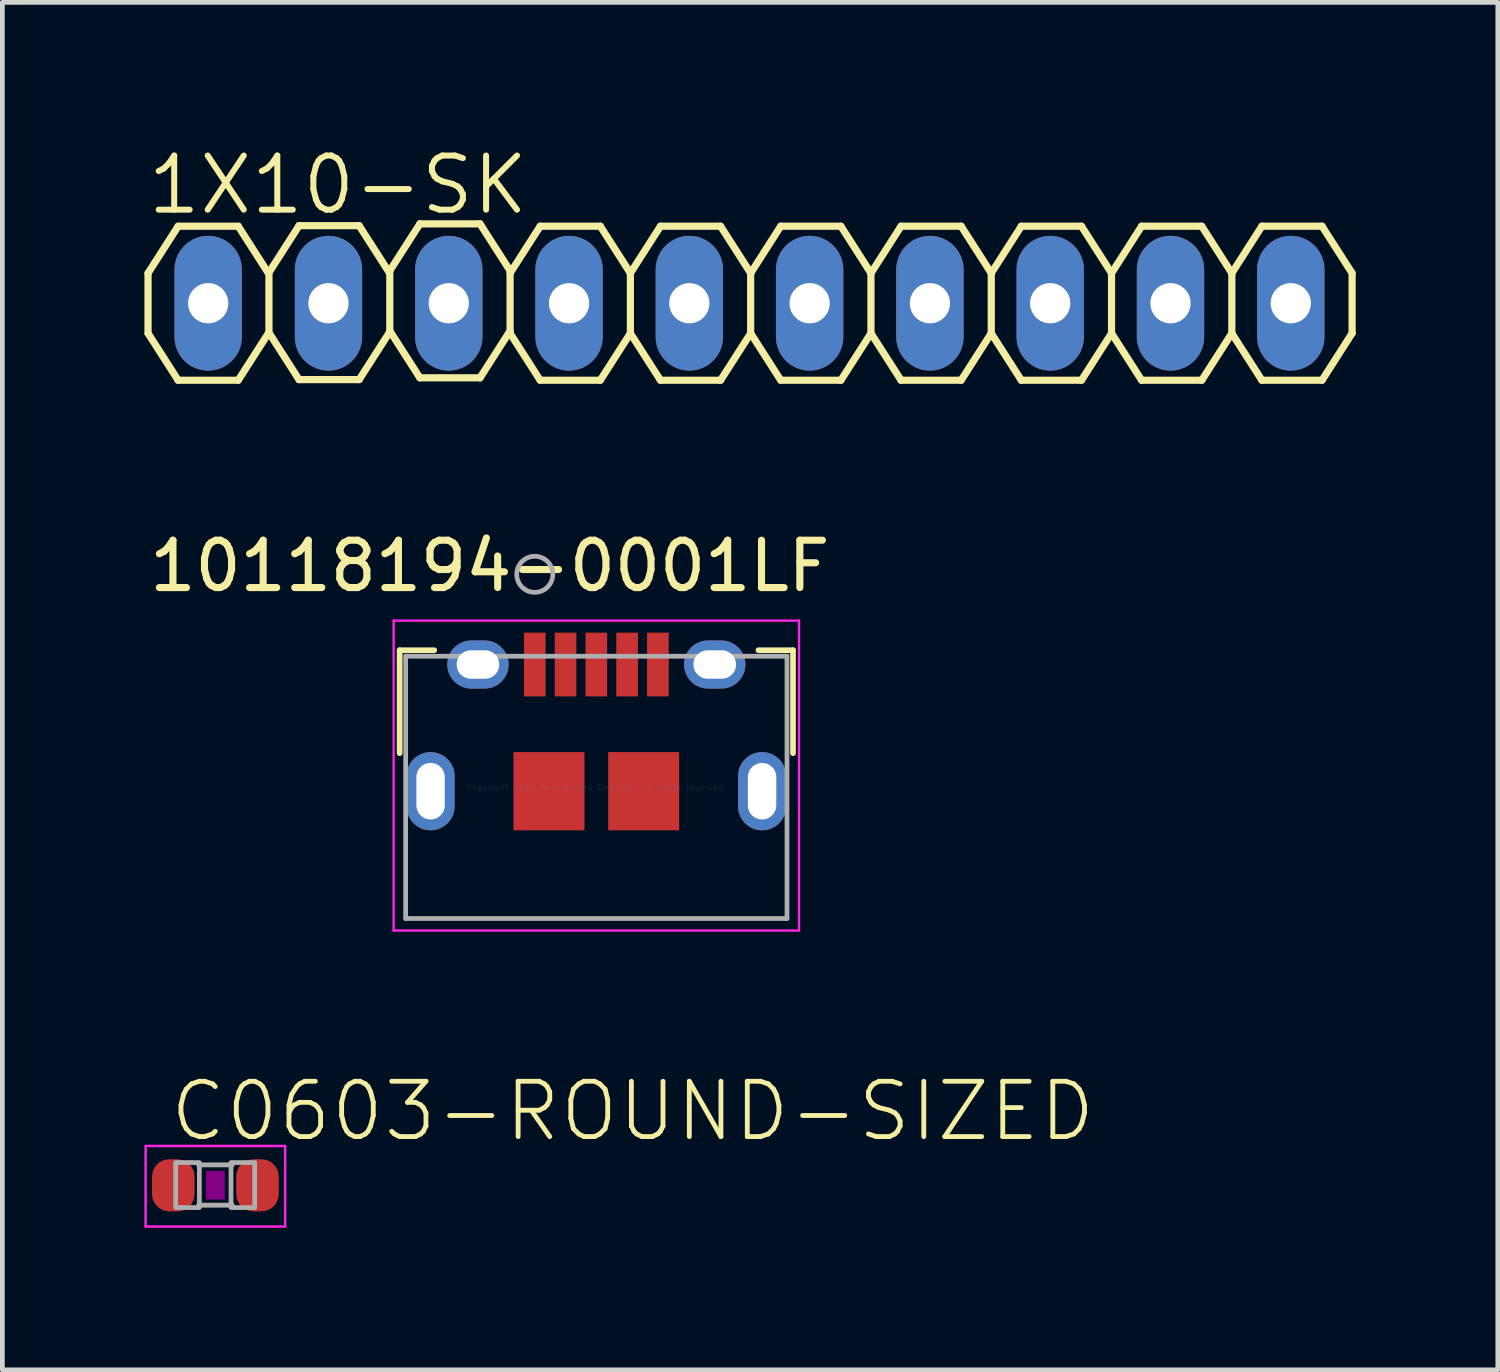
<source format=kicad_pcb>
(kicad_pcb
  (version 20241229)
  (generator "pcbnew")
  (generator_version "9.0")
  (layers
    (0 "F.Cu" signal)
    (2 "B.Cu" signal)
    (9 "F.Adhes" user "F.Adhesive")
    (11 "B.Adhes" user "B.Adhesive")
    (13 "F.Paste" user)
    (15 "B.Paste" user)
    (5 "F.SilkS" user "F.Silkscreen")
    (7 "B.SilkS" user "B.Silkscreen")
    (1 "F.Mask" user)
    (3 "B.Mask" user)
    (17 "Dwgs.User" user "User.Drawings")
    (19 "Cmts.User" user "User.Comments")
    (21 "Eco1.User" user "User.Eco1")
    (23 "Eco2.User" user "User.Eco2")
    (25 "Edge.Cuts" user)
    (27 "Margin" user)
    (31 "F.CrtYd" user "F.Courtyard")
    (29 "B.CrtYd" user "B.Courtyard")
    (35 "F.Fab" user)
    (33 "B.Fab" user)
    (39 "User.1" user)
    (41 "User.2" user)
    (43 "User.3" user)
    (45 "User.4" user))
  (footprint "1X10-SK"
    (layer "F.Cu")
    (at 12.776 3.353)
    (property "Reference" "1X10-SK" (at -12.776 -1.829 0) (layer "F.SilkS") (effects (font (size 1.143 1.143) (thickness 0.127)) (justify left bottom)))
    (fp_line (start -12.7 -0.635) (end -12.7 0.635) (stroke (width 0.152) (type solid)) (layer "F.SilkS"))
    (fp_line (start -12.7 0.635) (end -12.065 1.626) (stroke (width 0.152) (type solid)) (layer "F.SilkS"))
    (fp_line (start -12.065 -1.626) (end -12.7 -0.635) (stroke (width 0.152) (type solid)) (layer "F.SilkS"))
    (fp_line (start -12.065 -1.626) (end -10.795 -1.626) (stroke (width 0.152) (type solid)) (layer "F.SilkS"))
    (fp_line (start -10.795 -1.626) (end -10.16 -0.635) (stroke (width 0.152) (type solid)) (layer "F.SilkS"))
    (fp_line (start -10.795 1.626) (end -12.065 1.626) (stroke (width 0.152) (type solid)) (layer "F.SilkS"))
    (fp_line (start -10.16 0.635) (end -10.795 1.626) (stroke (width 0.152) (type solid)) (layer "F.SilkS"))
    (fp_line (start -10.147 -0.648) (end -10.147 0.622) (stroke (width 0.152) (type solid)) (layer "F.SilkS"))
    (fp_line (start -10.147 0.622) (end -9.512 1.613) (stroke (width 0.152) (type solid)) (layer "F.SilkS"))
    (fp_line (start -9.512 -1.638) (end -10.147 -0.648) (stroke (width 0.152) (type solid)) (layer "F.SilkS"))
    (fp_line (start -9.512 -1.638) (end -8.242 -1.638) (stroke (width 0.152) (type solid)) (layer "F.SilkS"))
    (fp_line (start -8.242 -1.638) (end -7.607 -0.648) (stroke (width 0.152) (type solid)) (layer "F.SilkS"))
    (fp_line (start -8.242 1.613) (end -9.512 1.613) (stroke (width 0.152) (type solid)) (layer "F.SilkS"))
    (fp_line (start -7.607 0.622) (end -8.242 1.613) (stroke (width 0.152) (type solid)) (layer "F.SilkS"))
    (fp_line (start -7.595 -0.686) (end -7.595 0.584) (stroke (width 0.152) (type solid)) (layer "F.SilkS"))
    (fp_line (start -7.595 0.584) (end -6.96 1.575) (stroke (width 0.152) (type solid)) (layer "F.SilkS"))
    (fp_line (start -6.96 -1.676) (end -7.595 -0.686) (stroke (width 0.152) (type solid)) (layer "F.SilkS"))
    (fp_line (start -6.96 -1.676) (end -5.69 -1.676) (stroke (width 0.152) (type solid)) (layer "F.SilkS"))
    (fp_line (start -5.69 -1.676) (end -5.055 -0.686) (stroke (width 0.152) (type solid)) (layer "F.SilkS"))
    (fp_line (start -5.69 1.575) (end -6.96 1.575) (stroke (width 0.152) (type solid)) (layer "F.SilkS"))
    (fp_line (start -5.055 -0.635) (end -5.055 0.635) (stroke (width 0.152) (type solid)) (layer "F.SilkS"))
    (fp_line (start -5.055 0.584) (end -5.69 1.575) (stroke (width 0.152) (type solid)) (layer "F.SilkS"))
    (fp_line (start -5.055 0.635) (end -4.42 1.626) (stroke (width 0.152) (type solid)) (layer "F.SilkS"))
    (fp_line (start -4.42 -1.626) (end -5.055 -0.635) (stroke (width 0.152) (type solid)) (layer "F.SilkS"))
    (fp_line (start -4.42 -1.626) (end -3.15 -1.626) (stroke (width 0.152) (type solid)) (layer "F.SilkS"))
    (fp_line (start -3.15 -1.626) (end -2.515 -0.635) (stroke (width 0.152) (type solid)) (layer "F.SilkS"))
    (fp_line (start -3.15 1.626) (end -4.42 1.626) (stroke (width 0.152) (type solid)) (layer "F.SilkS"))
    (fp_line (start -2.515 -0.635) (end -2.515 0.635) (stroke (width 0.152) (type solid)) (layer "F.SilkS"))
    (fp_line (start -2.515 0.635) (end -3.15 1.626) (stroke (width 0.152) (type solid)) (layer "F.SilkS"))
    (fp_line (start -2.515 0.635) (end -1.88 1.626) (stroke (width 0.152) (type solid)) (layer "F.SilkS"))
    (fp_line (start -1.88 -1.626) (end -2.515 -0.635) (stroke (width 0.152) (type solid)) (layer "F.SilkS"))
    (fp_line (start -1.88 -1.626) (end -0.61 -1.626) (stroke (width 0.152) (type solid)) (layer "F.SilkS"))
    (fp_line (start -0.61 -1.626) (end 0.025 -0.635) (stroke (width 0.152) (type solid)) (layer "F.SilkS"))
    (fp_line (start -0.61 1.626) (end -1.88 1.626) (stroke (width 0.152) (type solid)) (layer "F.SilkS"))
    (fp_line (start 0.025 -0.635) (end 0.025 0.635) (stroke (width 0.152) (type solid)) (layer "F.SilkS"))
    (fp_line (start 0.025 0.635) (end -0.61 1.626) (stroke (width 0.152) (type solid)) (layer "F.SilkS"))
    (fp_line (start 0.025 0.635) (end 0.66 1.626) (stroke (width 0.152) (type solid)) (layer "F.SilkS"))
    (fp_line (start 0.66 -1.626) (end 0.025 -0.635) (stroke (width 0.152) (type solid)) (layer "F.SilkS"))
    (fp_line (start 0.66 -1.626) (end 1.93 -1.626) (stroke (width 0.152) (type solid)) (layer "F.SilkS"))
    (fp_line (start 1.93 -1.626) (end 2.565 -0.635) (stroke (width 0.152) (type solid)) (layer "F.SilkS"))
    (fp_line (start 1.93 1.626) (end 0.66 1.626) (stroke (width 0.152) (type solid)) (layer "F.SilkS"))
    (fp_line (start 2.565 -0.635) (end 2.565 0.635) (stroke (width 0.152) (type solid)) (layer "F.SilkS"))
    (fp_line (start 2.565 0.635) (end 1.93 1.626) (stroke (width 0.152) (type solid)) (layer "F.SilkS"))
    (fp_line (start 2.565 0.635) (end 3.2 1.626) (stroke (width 0.152) (type solid)) (layer "F.SilkS"))
    (fp_line (start 3.2 -1.626) (end 2.565 -0.635) (stroke (width 0.152) (type solid)) (layer "F.SilkS"))
    (fp_line (start 3.2 -1.626) (end 4.47 -1.626) (stroke (width 0.152) (type solid)) (layer "F.SilkS"))
    (fp_line (start 4.47 -1.626) (end 5.105 -0.635) (stroke (width 0.152) (type solid)) (layer "F.SilkS"))
    (fp_line (start 4.47 1.626) (end 3.2 1.626) (stroke (width 0.152) (type solid)) (layer "F.SilkS"))
    (fp_line (start 5.105 -0.635) (end 5.105 0.635) (stroke (width 0.152) (type solid)) (layer "F.SilkS"))
    (fp_line (start 5.105 0.635) (end 4.47 1.626) (stroke (width 0.152) (type solid)) (layer "F.SilkS"))
    (fp_line (start 5.105 0.635) (end 5.74 1.626) (stroke (width 0.152) (type solid)) (layer "F.SilkS"))
    (fp_line (start 5.74 -1.626) (end 5.105 -0.635) (stroke (width 0.152) (type solid)) (layer "F.SilkS"))
    (fp_line (start 5.74 -1.626) (end 7.01 -1.626) (stroke (width 0.152) (type solid)) (layer "F.SilkS"))
    (fp_line (start 7.01 -1.626) (end 7.645 -0.635) (stroke (width 0.152) (type solid)) (layer "F.SilkS"))
    (fp_line (start 7.01 1.626) (end 5.74 1.626) (stroke (width 0.152) (type solid)) (layer "F.SilkS"))
    (fp_line (start 7.645 -0.635) (end 7.645 0.635) (stroke (width 0.152) (type solid)) (layer "F.SilkS"))
    (fp_line (start 7.645 0.635) (end 7.01 1.626) (stroke (width 0.152) (type solid)) (layer "F.SilkS"))
    (fp_line (start 7.645 0.635) (end 8.28 1.626) (stroke (width 0.152) (type solid)) (layer "F.SilkS"))
    (fp_line (start 8.28 -1.626) (end 7.645 -0.635) (stroke (width 0.152) (type solid)) (layer "F.SilkS"))
    (fp_line (start 8.28 -1.626) (end 9.55 -1.626) (stroke (width 0.152) (type solid)) (layer "F.SilkS"))
    (fp_line (start 9.55 -1.626) (end 10.185 -0.635) (stroke (width 0.152) (type solid)) (layer "F.SilkS"))
    (fp_line (start 9.55 1.626) (end 8.28 1.626) (stroke (width 0.152) (type solid)) (layer "F.SilkS"))
    (fp_line (start 10.185 -0.635) (end 10.185 0.635) (stroke (width 0.152) (type solid)) (layer "F.SilkS"))
    (fp_line (start 10.185 0.635) (end 9.55 1.626) (stroke (width 0.152) (type solid)) (layer "F.SilkS"))
    (fp_line (start 10.185 0.635) (end 10.82 1.626) (stroke (width 0.152) (type solid)) (layer "F.SilkS"))
    (fp_line (start 10.82 -1.626) (end 10.185 -0.635) (stroke (width 0.152) (type solid)) (layer "F.SilkS"))
    (fp_line (start 10.82 -1.626) (end 12.09 -1.626) (stroke (width 0.152) (type solid)) (layer "F.SilkS"))
    (fp_line (start 12.09 -1.626) (end 12.725 -0.635) (stroke (width 0.152) (type solid)) (layer "F.SilkS"))
    (fp_line (start 12.09 1.626) (end 10.82 1.626) (stroke (width 0.152) (type solid)) (layer "F.SilkS"))
    (fp_line (start 12.725 -0.635) (end 12.725 0.635) (stroke (width 0.152) (type solid)) (layer "F.SilkS"))
    (fp_line (start 12.725 0.635) (end 12.09 1.626) (stroke (width 0.152) (type solid)) (layer "F.SilkS"))
    (fp_poly (pts (xy -11.684 0.254) (xy -11.176 0.254) (xy -11.176 -0.254) (xy -11.684 -0.254)) (stroke (width 0.1) (type solid)) (fill no) (layer "F.Fab"))
    (fp_poly (pts (xy -9.144 0.254) (xy -8.636 0.254) (xy -8.636 -0.254) (xy -9.144 -0.254)) (stroke (width 0.1) (type solid)) (fill no) (layer "F.Fab"))
    (fp_poly (pts (xy -6.604 0.254) (xy -6.096 0.254) (xy -6.096 -0.254) (xy -6.604 -0.254)) (stroke (width 0.1) (type solid)) (fill no) (layer "F.Fab"))
    (fp_poly (pts (xy -4.064 0.254) (xy -3.556 0.254) (xy -3.556 -0.254) (xy -4.064 -0.254)) (stroke (width 0.1) (type solid)) (fill no) (layer "F.Fab"))
    (fp_poly (pts (xy -1.524 0.254) (xy -1.016 0.254) (xy -1.016 -0.254) (xy -1.524 -0.254)) (stroke (width 0.1) (type solid)) (fill no) (layer "F.Fab"))
    (fp_poly (pts (xy 1.016 0.254) (xy 1.524 0.254) (xy 1.524 -0.254) (xy 1.016 -0.254)) (stroke (width 0.1) (type solid)) (fill no) (layer "F.Fab"))
    (fp_poly (pts (xy 3.556 0.254) (xy 4.064 0.254) (xy 4.064 -0.254) (xy 3.556 -0.254)) (stroke (width 0.1) (type solid)) (fill no) (layer "F.Fab"))
    (fp_poly (pts (xy 6.096 0.254) (xy 6.604 0.254) (xy 6.604 -0.254) (xy 6.096 -0.254)) (stroke (width 0.1) (type solid)) (fill no) (layer "F.Fab"))
    (fp_poly (pts (xy 8.636 0.254) (xy 9.144 0.254) (xy 9.144 -0.254) (xy 8.636 -0.254)) (stroke (width 0.1) (type solid)) (fill no) (layer "F.Fab"))
    (fp_poly (pts (xy 11.176 0.254) (xy 11.684 0.254) (xy 11.684 -0.254) (xy 11.176 -0.254)) (stroke (width 0.1) (type solid)) (fill no) (layer "F.Fab"))
    (pad "1" thru_hole oval (at -11.43 0 90) (size 2.845 1.422) (drill 0.85) (layers "*.Cu" "*.Mask"))
    (pad "2" thru_hole oval (at -8.89 0 90) (size 2.845 1.422) (drill 0.85) (layers "*.Cu" "*.Mask"))
    (pad "3" thru_hole oval (at -6.35 0 90) (size 2.845 1.422) (drill 0.85) (layers "*.Cu" "*.Mask"))
    (pad "4" thru_hole oval (at -3.81 0 90) (size 2.845 1.422) (drill 0.85) (layers "*.Cu" "*.Mask"))
    (pad "5" thru_hole oval (at -1.27 0 90) (size 2.845 1.422) (drill 0.85) (layers "*.Cu" "*.Mask"))
    (pad "6" thru_hole oval (at 1.27 0 90) (size 2.845 1.422) (drill 0.85) (layers "*.Cu" "*.Mask"))
    (pad "7" thru_hole oval (at 3.81 0 90) (size 2.845 1.422) (drill 0.85) (layers "*.Cu" "*.Mask"))
    (pad "8" thru_hole oval (at 6.35 0 90) (size 2.845 1.422) (drill 0.85) (layers "*.Cu" "*.Mask"))
    (pad "9" thru_hole oval (at 8.89 0 90) (size 2.845 1.422) (drill 0.85) (layers "*.Cu" "*.Mask"))
    (pad "10" thru_hole oval (at 11.43 0 90) (size 2.845 1.422) (drill 0.85) (layers "*.Cu" "*.Mask")))
  (footprint "10118194-0001LF"
    (layer "F.Cu")
    (at 9.542 13.576)
    (property "Reference" "10118194-0001LF" (at -2.25 -4.674 0) (layer "F.SilkS") (effects (font (size 1 1) (thickness 0.15))))
    (attr through_hole)
    (fp_line (start -4.153 -2.896) (end -4.153 -0.721) (stroke (width 0.12) (type solid)) (layer "F.SilkS"))
    (fp_line (start -3.423 -2.896) (end -4.153 -2.896) (stroke (width 0.12) (type solid)) (layer "F.SilkS"))
    (fp_line (start 4.153 -2.896) (end 3.423 -2.896) (stroke (width 0.12) (type solid)) (layer "F.SilkS"))
    (fp_line (start 4.153 -0.721) (end 4.153 -2.896) (stroke (width 0.12) (type solid)) (layer "F.SilkS"))
    (fp_line (start -4.28 -3.521) (end -4.28 3.023) (stroke (width 0.05) (type solid)) (layer "F.CrtYd"))
    (fp_line (start -4.28 3.023) (end 4.28 3.023) (stroke (width 0.05) (type solid)) (layer "F.CrtYd"))
    (fp_line (start 4.28 -3.521) (end -4.28 -3.521) (stroke (width 0.05) (type solid)) (layer "F.CrtYd"))
    (fp_line (start 4.28 3.023) (end 4.28 -3.521) (stroke (width 0.05) (type solid)) (layer "F.CrtYd"))
    (fp_line (start -4.026 -2.769) (end -4.026 2.769) (stroke (width 0.1) (type solid)) (layer "F.Fab"))
    (fp_line (start -4.026 2.769) (end 4.026 2.769) (stroke (width 0.1) (type solid)) (layer "F.Fab"))
    (fp_line (start 4.026 -2.769) (end -4.026 -2.769) (stroke (width 0.1) (type solid)) (layer "F.Fab"))
    (fp_line (start 4.026 2.769) (end 4.026 -2.769) (stroke (width 0.1) (type solid)) (layer "F.Fab"))
    (fp_circle (center -1.3 -4.499) (end -0.919 -4.499) (stroke (width 0.1) (type solid)) (fill no) (layer "F.Fab"))
    (fp_text user "Copyright 2021 Accelerated Designs. All rights reserved." (at 0 0 0) (layer "Cmts.User") (effects (font (size 0.127 0.127) (thickness 0.002))))
    (pad "P1" smd rect (at -1.3 -2.594) (size 0.457 1.346) (layers "F.Cu" "F.Mask" "F.Paste"))
    (pad "P2" smd rect (at -0.65 -2.594) (size 0.457 1.346) (layers "F.Cu" "F.Mask" "F.Paste"))
    (pad "P3" smd rect (at 0 -2.594) (size 0.457 1.346) (layers "F.Cu" "F.Mask" "F.Paste"))
    (pad "P4" smd rect (at 0.65 -2.594) (size 0.457 1.346) (layers "F.Cu" "F.Mask" "F.Paste"))
    (pad "P5" smd rect (at 1.3 -2.594) (size 0.457 1.346) (layers "F.Cu" "F.Mask" "F.Paste"))
    (pad "S5" smd rect (at -1 0.081) (size 1.499 1.651) (layers "F.Cu" "F.Mask" "F.Paste"))
    (pad "S6" smd rect (at 1 0.081) (size 1.499 1.651) (layers "F.Cu" "F.Mask" "F.Paste"))
    (pad "S_1" thru_hole oval (at -3.5 0.081 90) (size 1.651 1.016) (drill oval 1.194 0.6) (layers "*.Cu" "*.Mask"))
    (pad "S_2" thru_hole oval (at 3.5 0.081 90) (size 1.651 1.016) (drill oval 1.194 0.6) (layers "*.Cu" "*.Mask"))
    (pad "S_3" thru_hole oval (at -2.5 -2.594) (size 1.295 1.016) (drill oval 0.9 0.6) (layers "*.Cu" "*.Mask"))
    (pad "S_4" thru_hole oval (at 2.5 -2.594) (size 1.295 1.016) (drill oval 0.9 0.6) (layers "*.Cu" "*.Mask")))
  (footprint "C0603-ROUND-SIZED"
    (layer "F.Cu")
    (at 1.498 21.979)
    (property "Reference" "C0603-ROUND-SIZED" (at -1.016 -0.881 0) (layer "F.SilkS") (effects (font (size 1.168 1.168) (thickness 0.102)) (justify left bottom)))
    (fp_poly (pts (xy -0.2 0.3) (xy 0.2 0.3) (xy 0.2 -0.3) (xy -0.2 -0.3)) (stroke (width 0) (type solid)) (fill yes) (layer "F.Adhes"))
    (fp_line (start -1.473 -0.831) (end 1.473 -0.831) (stroke (width 0.051) (type solid)) (layer "F.CrtYd"))
    (fp_line (start -1.473 0.871) (end -1.473 -0.831) (stroke (width 0.051) (type solid)) (layer "F.CrtYd"))
    (fp_line (start 1.473 -0.831) (end 1.473 0.871) (stroke (width 0.051) (type solid)) (layer "F.CrtYd"))
    (fp_line (start 1.473 0.871) (end -1.473 0.871) (stroke (width 0.051) (type solid)) (layer "F.CrtYd"))
    (fp_line (start -0.356 -0.432) (end 0.356 -0.432) (stroke (width 0.102) (type solid)) (layer "F.Fab"))
    (fp_line (start -0.356 0.419) (end 0.356 0.419) (stroke (width 0.102) (type solid)) (layer "F.Fab"))
    (fp_poly (pts (xy -0.838 0.47) (xy -0.338 0.47) (xy -0.338 -0.48) (xy -0.838 -0.48)) (stroke (width 0.1) (type solid)) (fill no) (layer "F.Fab"))
    (fp_poly (pts (xy 0.33 0.47) (xy 0.83 0.47) (xy 0.83 -0.48) (xy 0.33 -0.48)) (stroke (width 0.1) (type solid)) (fill no) (layer "F.Fab"))
    (pad "1" smd roundrect (at -0.889 0 90) (size 1.1 0.898) (layers "F.Cu" "F.Mask" "F.Paste") (roundrect_rratio 0.4))
    (pad "2" smd roundrect (at 0.889 0 90) (size 1.1 0.898) (layers "F.Cu" "F.Mask" "F.Paste") (roundrect_rratio 0.4)))
  (gr_rect
    (start -3 -3)
    (end 28.578 25.875)
    (stroke (width 0.1) (type default))
    (fill no)
    (layer "Edge.Cuts")))
</source>
